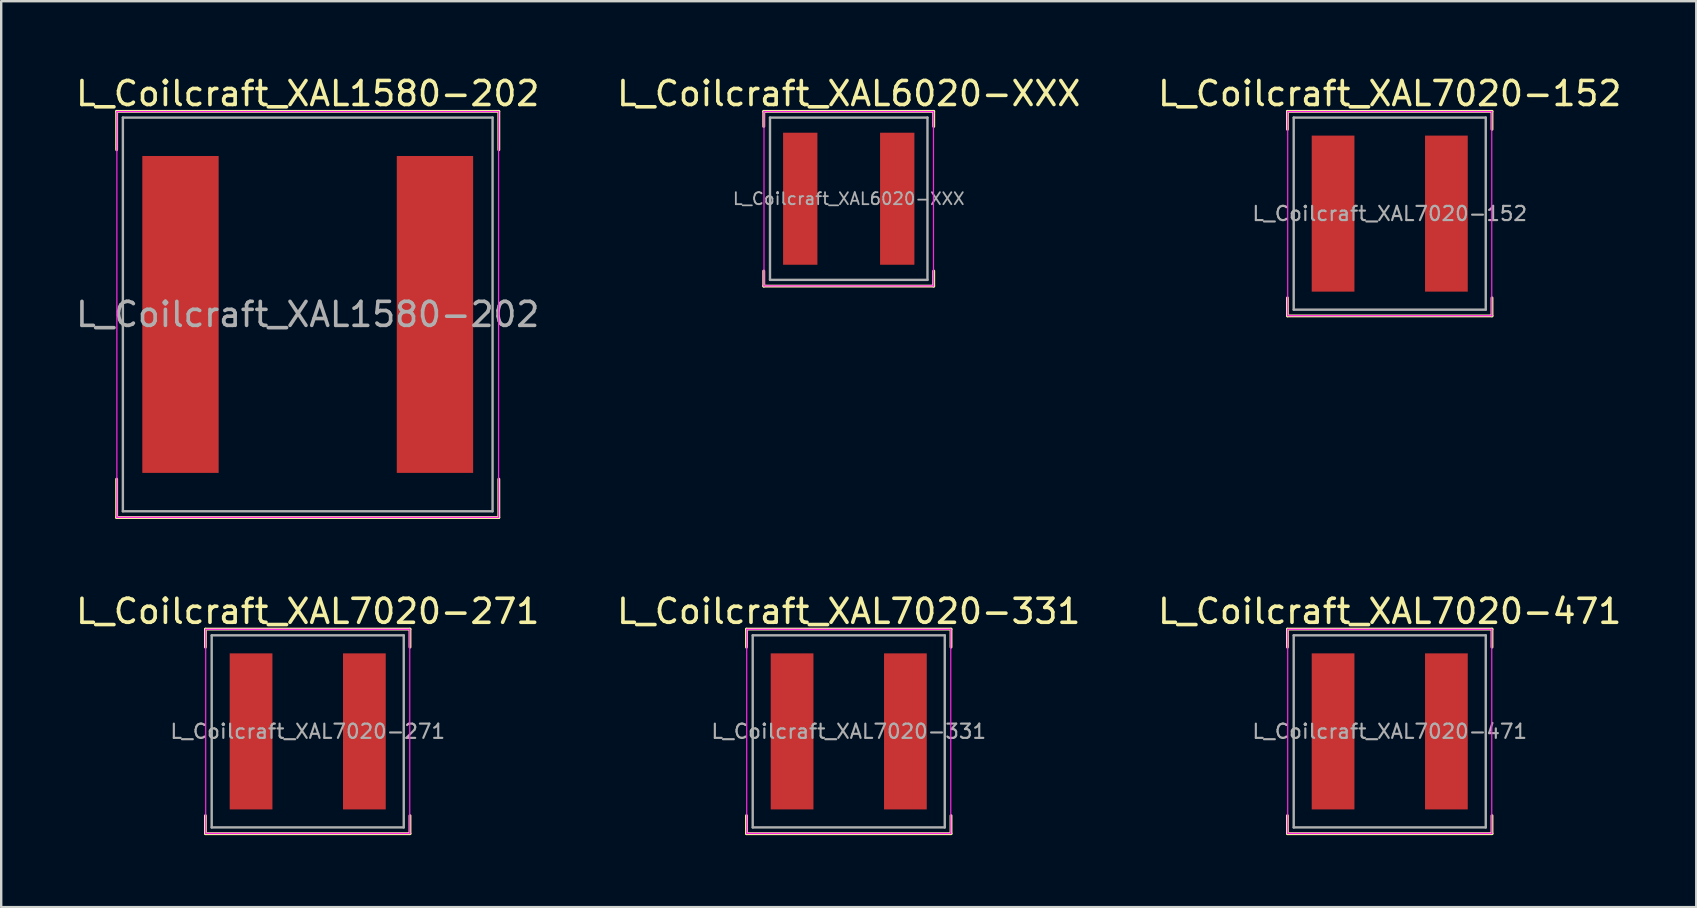
<source format=kicad_pcb>
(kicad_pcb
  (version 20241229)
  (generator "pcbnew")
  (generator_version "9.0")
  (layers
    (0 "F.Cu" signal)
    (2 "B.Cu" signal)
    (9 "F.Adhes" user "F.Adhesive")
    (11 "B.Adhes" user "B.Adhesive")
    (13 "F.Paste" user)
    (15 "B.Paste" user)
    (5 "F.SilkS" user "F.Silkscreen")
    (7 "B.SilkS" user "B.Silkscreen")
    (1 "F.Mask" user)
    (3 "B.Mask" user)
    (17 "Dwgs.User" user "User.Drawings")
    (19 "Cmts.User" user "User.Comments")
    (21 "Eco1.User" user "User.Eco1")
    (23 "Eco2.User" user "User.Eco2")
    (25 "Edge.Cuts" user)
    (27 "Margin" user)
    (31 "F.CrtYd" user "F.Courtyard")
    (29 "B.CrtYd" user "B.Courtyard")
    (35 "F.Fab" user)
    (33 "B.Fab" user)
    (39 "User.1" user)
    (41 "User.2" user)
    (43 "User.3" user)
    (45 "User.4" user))
  (footprint "L_Coilcraft_XAL1580-202"
    (layer "F.Cu")
    (at 9.768 10.048)
    (property "Reference" "L_Coilcraft_XAL1580-202" (at 0 -9.2 0) (layer "F.SilkS") (effects (font (size 1 1) (thickness 0.15))))
    (attr smd)
    (fp_line (start -7.96 -8.46) (end -7.96 -6.86) (stroke (width 0.12) (type solid)) (layer "F.SilkS"))
    (fp_line (start -7.96 -8.46) (end 7.96 -8.46) (stroke (width 0.12) (type solid)) (layer "F.SilkS"))
    (fp_line (start -7.96 8.46) (end -7.96 6.86) (stroke (width 0.12) (type solid)) (layer "F.SilkS"))
    (fp_line (start -7.96 8.46) (end 7.96 8.46) (stroke (width 0.12) (type solid)) (layer "F.SilkS"))
    (fp_line (start 7.96 -8.46) (end 7.96 -6.86) (stroke (width 0.12) (type solid)) (layer "F.SilkS"))
    (fp_line (start 7.96 8.46) (end 7.96 6.86) (stroke (width 0.12) (type solid)) (layer "F.SilkS"))
    (fp_line (start -7.95 -8.45) (end -7.95 8.45) (stroke (width 0.05) (type solid)) (layer "F.CrtYd"))
    (fp_line (start -7.95 8.45) (end 7.95 8.45) (stroke (width 0.05) (type solid)) (layer "F.CrtYd"))
    (fp_line (start 7.95 -8.45) (end -7.95 -8.45) (stroke (width 0.05) (type solid)) (layer "F.CrtYd"))
    (fp_line (start 7.95 8.45) (end 7.95 -8.45) (stroke (width 0.05) (type solid)) (layer "F.CrtYd"))
    (fp_line (start -7.7 -8.2) (end -7.7 8.2) (stroke (width 0.1) (type solid)) (layer "F.Fab"))
    (fp_line (start -7.7 8.2) (end 7.7 8.2) (stroke (width 0.1) (type solid)) (layer "F.Fab"))
    (fp_line (start 7.7 -8.2) (end -7.7 -8.2) (stroke (width 0.1) (type solid)) (layer "F.Fab"))
    (fp_line (start 7.7 8.2) (end 7.7 -8.2) (stroke (width 0.1) (type solid)) (layer "F.Fab"))
    (fp_text user "${REFERENCE}" (at 0 0 0) (layer "F.Fab") (effects (font (size 1 1) (thickness 0.15))))
    (pad "1" smd rect (at -5.3 0) (size 3.18 13.2) (layers "F.Cu" "F.Mask" "F.Paste"))
    (pad "2" smd rect (at 5.3 0) (size 3.18 13.2) (layers "F.Cu" "F.Mask" "F.Paste")))
  (footprint "L_Coilcraft_XAL6020-XXX"
    (layer "F.Cu")
    (at 32.304 5.228)
    (property "Reference" "L_Coilcraft_XAL6020-XXX" (at 0 -4.38 0) (layer "F.SilkS") (effects (font (size 1 1) (thickness 0.15))))
    (attr smd)
    (fp_line (start -3.54 -3.64) (end -3.54 -3.01) (stroke (width 0.12) (type solid)) (layer "F.SilkS"))
    (fp_line (start -3.54 -3.64) (end 3.54 -3.64) (stroke (width 0.12) (type solid)) (layer "F.SilkS"))
    (fp_line (start -3.54 3.64) (end -3.54 3.01) (stroke (width 0.12) (type solid)) (layer "F.SilkS"))
    (fp_line (start -3.54 3.64) (end 3.54 3.64) (stroke (width 0.12) (type solid)) (layer "F.SilkS"))
    (fp_line (start 3.54 -3.64) (end 3.54 -3.01) (stroke (width 0.12) (type solid)) (layer "F.SilkS"))
    (fp_line (start 3.54 3.64) (end 3.54 3.01) (stroke (width 0.12) (type solid)) (layer "F.SilkS"))
    (fp_line (start -3.53 -3.63) (end -3.53 3.63) (stroke (width 0.05) (type solid)) (layer "F.CrtYd"))
    (fp_line (start -3.53 3.63) (end 3.53 3.63) (stroke (width 0.05) (type solid)) (layer "F.CrtYd"))
    (fp_line (start 3.53 -3.63) (end -3.53 -3.63) (stroke (width 0.05) (type solid)) (layer "F.CrtYd"))
    (fp_line (start 3.53 3.63) (end 3.53 -3.63) (stroke (width 0.05) (type solid)) (layer "F.CrtYd"))
    (fp_line (start -3.28 -3.38) (end -3.28 3.38) (stroke (width 0.1) (type solid)) (layer "F.Fab"))
    (fp_line (start -3.28 3.38) (end 3.28 3.38) (stroke (width 0.1) (type solid)) (layer "F.Fab"))
    (fp_line (start 3.28 -3.38) (end -3.28 -3.38) (stroke (width 0.1) (type solid)) (layer "F.Fab"))
    (fp_line (start 3.28 3.38) (end 3.28 -3.38) (stroke (width 0.1) (type solid)) (layer "F.Fab"))
    (fp_text user "${REFERENCE}" (at 0 0 0) (layer "F.Fab") (effects (font (size 0.5 0.5) (thickness 0.075))))
    (pad "1" smd rect (at -2.02 0) (size 1.43 5.5) (layers "F.Cu" "F.Mask" "F.Paste"))
    (pad "2" smd rect (at 2.02 0) (size 1.43 5.5) (layers "F.Cu" "F.Mask" "F.Paste")))
  (footprint "L_Coilcraft_XAL7020-331"
    (layer "F.Cu")
    (at 32.304 27.416)
    (property "Reference" "L_Coilcraft_XAL7020-331" (at 0 -5 0) (layer "F.SilkS") (effects (font (size 1 1) (thickness 0.15))))
    (attr smd)
    (fp_line (start -4.26 -4.26) (end -4.26 -3.51) (stroke (width 0.12) (type solid)) (layer "F.SilkS"))
    (fp_line (start -4.26 -4.26) (end 4.26 -4.26) (stroke (width 0.12) (type solid)) (layer "F.SilkS"))
    (fp_line (start -4.26 4.26) (end -4.26 3.51) (stroke (width 0.12) (type solid)) (layer "F.SilkS"))
    (fp_line (start -4.26 4.26) (end 4.26 4.26) (stroke (width 0.12) (type solid)) (layer "F.SilkS"))
    (fp_line (start 4.26 -4.26) (end 4.26 -3.51) (stroke (width 0.12) (type solid)) (layer "F.SilkS"))
    (fp_line (start 4.26 4.26) (end 4.26 3.51) (stroke (width 0.12) (type solid)) (layer "F.SilkS"))
    (fp_line (start -4.25 -4.25) (end -4.25 4.25) (stroke (width 0.05) (type solid)) (layer "F.CrtYd"))
    (fp_line (start -4.25 4.25) (end 4.25 4.25) (stroke (width 0.05) (type solid)) (layer "F.CrtYd"))
    (fp_line (start 4.25 -4.25) (end -4.25 -4.25) (stroke (width 0.05) (type solid)) (layer "F.CrtYd"))
    (fp_line (start 4.25 4.25) (end 4.25 -4.25) (stroke (width 0.05) (type solid)) (layer "F.CrtYd"))
    (fp_line (start -4 -4) (end -4 4) (stroke (width 0.1) (type solid)) (layer "F.Fab"))
    (fp_line (start -4 4) (end 4 4) (stroke (width 0.1) (type solid)) (layer "F.Fab"))
    (fp_line (start 4 -4) (end -4 -4) (stroke (width 0.1) (type solid)) (layer "F.Fab"))
    (fp_line (start 4 4) (end 4 -4) (stroke (width 0.1) (type solid)) (layer "F.Fab"))
    (fp_text user "${REFERENCE}" (at 0 0 0) (layer "F.Fab") (effects (font (size 0.593 0.593) (thickness 0.089))))
    (pad "1" smd rect (at -2.36 0) (size 1.78 6.5) (layers "F.Cu" "F.Mask" "F.Paste"))
    (pad "2" smd rect (at 2.36 0) (size 1.78 6.5) (layers "F.Cu" "F.Mask" "F.Paste")))
  (footprint "L_Coilcraft_XAL7020-152"
    (layer "F.Cu")
    (at 54.839 5.848)
    (property "Reference" "L_Coilcraft_XAL7020-152" (at 0 -5 0) (layer "F.SilkS") (effects (font (size 1 1) (thickness 0.15))))
    (attr smd)
    (fp_line (start -4.26 -4.26) (end -4.26 -3.51) (stroke (width 0.12) (type solid)) (layer "F.SilkS"))
    (fp_line (start -4.26 -4.26) (end 4.26 -4.26) (stroke (width 0.12) (type solid)) (layer "F.SilkS"))
    (fp_line (start -4.26 4.26) (end -4.26 3.51) (stroke (width 0.12) (type solid)) (layer "F.SilkS"))
    (fp_line (start -4.26 4.26) (end 4.26 4.26) (stroke (width 0.12) (type solid)) (layer "F.SilkS"))
    (fp_line (start 4.26 -4.26) (end 4.26 -3.51) (stroke (width 0.12) (type solid)) (layer "F.SilkS"))
    (fp_line (start 4.26 4.26) (end 4.26 3.51) (stroke (width 0.12) (type solid)) (layer "F.SilkS"))
    (fp_line (start -4.25 -4.25) (end -4.25 4.25) (stroke (width 0.05) (type solid)) (layer "F.CrtYd"))
    (fp_line (start -4.25 4.25) (end 4.25 4.25) (stroke (width 0.05) (type solid)) (layer "F.CrtYd"))
    (fp_line (start 4.25 -4.25) (end -4.25 -4.25) (stroke (width 0.05) (type solid)) (layer "F.CrtYd"))
    (fp_line (start 4.25 4.25) (end 4.25 -4.25) (stroke (width 0.05) (type solid)) (layer "F.CrtYd"))
    (fp_line (start -4 -4) (end -4 4) (stroke (width 0.1) (type solid)) (layer "F.Fab"))
    (fp_line (start -4 4) (end 4 4) (stroke (width 0.1) (type solid)) (layer "F.Fab"))
    (fp_line (start 4 -4) (end -4 -4) (stroke (width 0.1) (type solid)) (layer "F.Fab"))
    (fp_line (start 4 4) (end 4 -4) (stroke (width 0.1) (type solid)) (layer "F.Fab"))
    (fp_text user "${REFERENCE}" (at 0 0 0) (layer "F.Fab") (effects (font (size 0.593 0.593) (thickness 0.089))))
    (pad "1" smd rect (at -2.36 0) (size 1.78 6.5) (layers "F.Cu" "F.Mask" "F.Paste"))
    (pad "2" smd rect (at 2.36 0) (size 1.78 6.5) (layers "F.Cu" "F.Mask" "F.Paste")))
  (footprint "L_Coilcraft_XAL7020-271"
    (layer "F.Cu")
    (at 9.768 27.416)
    (property "Reference" "L_Coilcraft_XAL7020-271" (at 0 -5 0) (layer "F.SilkS") (effects (font (size 1 1) (thickness 0.15))))
    (attr smd)
    (fp_line (start -4.26 -4.26) (end -4.26 -3.51) (stroke (width 0.12) (type solid)) (layer "F.SilkS"))
    (fp_line (start -4.26 -4.26) (end 4.26 -4.26) (stroke (width 0.12) (type solid)) (layer "F.SilkS"))
    (fp_line (start -4.26 4.26) (end -4.26 3.51) (stroke (width 0.12) (type solid)) (layer "F.SilkS"))
    (fp_line (start -4.26 4.26) (end 4.26 4.26) (stroke (width 0.12) (type solid)) (layer "F.SilkS"))
    (fp_line (start 4.26 -4.26) (end 4.26 -3.51) (stroke (width 0.12) (type solid)) (layer "F.SilkS"))
    (fp_line (start 4.26 4.26) (end 4.26 3.51) (stroke (width 0.12) (type solid)) (layer "F.SilkS"))
    (fp_line (start -4.25 -4.25) (end -4.25 4.25) (stroke (width 0.05) (type solid)) (layer "F.CrtYd"))
    (fp_line (start -4.25 4.25) (end 4.25 4.25) (stroke (width 0.05) (type solid)) (layer "F.CrtYd"))
    (fp_line (start 4.25 -4.25) (end -4.25 -4.25) (stroke (width 0.05) (type solid)) (layer "F.CrtYd"))
    (fp_line (start 4.25 4.25) (end 4.25 -4.25) (stroke (width 0.05) (type solid)) (layer "F.CrtYd"))
    (fp_line (start -4 -4) (end -4 4) (stroke (width 0.1) (type solid)) (layer "F.Fab"))
    (fp_line (start -4 4) (end 4 4) (stroke (width 0.1) (type solid)) (layer "F.Fab"))
    (fp_line (start 4 -4) (end -4 -4) (stroke (width 0.1) (type solid)) (layer "F.Fab"))
    (fp_line (start 4 4) (end 4 -4) (stroke (width 0.1) (type solid)) (layer "F.Fab"))
    (fp_text user "${REFERENCE}" (at 0 0 0) (layer "F.Fab") (effects (font (size 0.593 0.593) (thickness 0.089))))
    (pad "1" smd rect (at -2.36 0) (size 1.78 6.5) (layers "F.Cu" "F.Mask" "F.Paste"))
    (pad "2" smd rect (at 2.36 0) (size 1.78 6.5) (layers "F.Cu" "F.Mask" "F.Paste")))
  (footprint "L_Coilcraft_XAL7020-471"
    (layer "F.Cu")
    (at 54.839 27.416)
    (property "Reference" "L_Coilcraft_XAL7020-471" (at 0 -5 0) (layer "F.SilkS") (effects (font (size 1 1) (thickness 0.15))))
    (attr smd)
    (fp_line (start -4.26 -4.26) (end -4.26 -3.51) (stroke (width 0.12) (type solid)) (layer "F.SilkS"))
    (fp_line (start -4.26 -4.26) (end 4.26 -4.26) (stroke (width 0.12) (type solid)) (layer "F.SilkS"))
    (fp_line (start -4.26 4.26) (end -4.26 3.51) (stroke (width 0.12) (type solid)) (layer "F.SilkS"))
    (fp_line (start -4.26 4.26) (end 4.26 4.26) (stroke (width 0.12) (type solid)) (layer "F.SilkS"))
    (fp_line (start 4.26 -4.26) (end 4.26 -3.51) (stroke (width 0.12) (type solid)) (layer "F.SilkS"))
    (fp_line (start 4.26 4.26) (end 4.26 3.51) (stroke (width 0.12) (type solid)) (layer "F.SilkS"))
    (fp_line (start -4.25 -4.25) (end -4.25 4.25) (stroke (width 0.05) (type solid)) (layer "F.CrtYd"))
    (fp_line (start -4.25 4.25) (end 4.25 4.25) (stroke (width 0.05) (type solid)) (layer "F.CrtYd"))
    (fp_line (start 4.25 -4.25) (end -4.25 -4.25) (stroke (width 0.05) (type solid)) (layer "F.CrtYd"))
    (fp_line (start 4.25 4.25) (end 4.25 -4.25) (stroke (width 0.05) (type solid)) (layer "F.CrtYd"))
    (fp_line (start -4 -4) (end -4 4) (stroke (width 0.1) (type solid)) (layer "F.Fab"))
    (fp_line (start -4 4) (end 4 4) (stroke (width 0.1) (type solid)) (layer "F.Fab"))
    (fp_line (start 4 -4) (end -4 -4) (stroke (width 0.1) (type solid)) (layer "F.Fab"))
    (fp_line (start 4 4) (end 4 -4) (stroke (width 0.1) (type solid)) (layer "F.Fab"))
    (fp_text user "${REFERENCE}" (at 0 0 0) (layer "F.Fab") (effects (font (size 0.593 0.593) (thickness 0.089))))
    (pad "1" smd rect (at -2.36 0) (size 1.78 6.5) (layers "F.Cu" "F.Mask" "F.Paste"))
    (pad "2" smd rect (at 2.36 0) (size 1.78 6.5) (layers "F.Cu" "F.Mask" "F.Paste")))
  (gr_rect
    (start -3 -3)
    (end 67.607 34.736)
    (stroke (width 0.1) (type default))
    (fill no)
    (layer "Edge.Cuts")))
</source>
